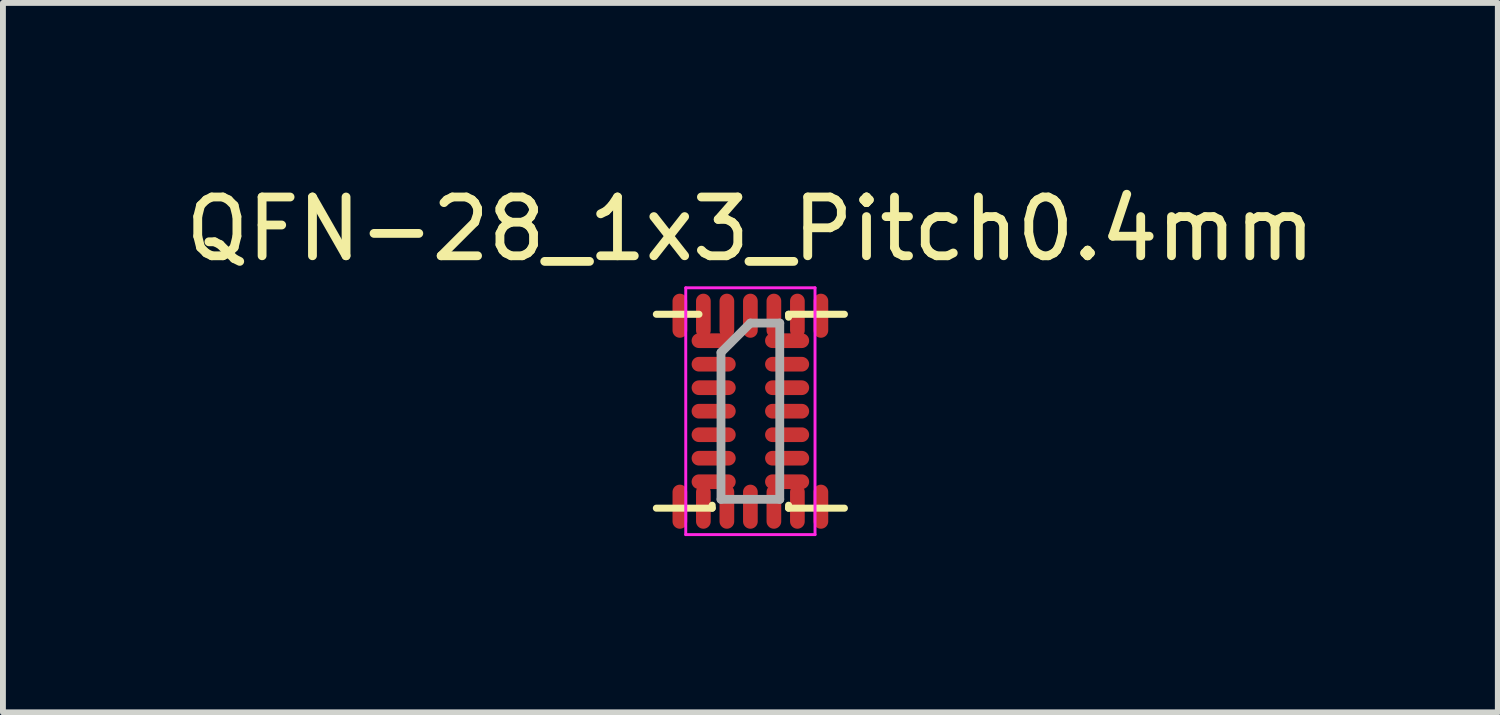
<source format=kicad_pcb>
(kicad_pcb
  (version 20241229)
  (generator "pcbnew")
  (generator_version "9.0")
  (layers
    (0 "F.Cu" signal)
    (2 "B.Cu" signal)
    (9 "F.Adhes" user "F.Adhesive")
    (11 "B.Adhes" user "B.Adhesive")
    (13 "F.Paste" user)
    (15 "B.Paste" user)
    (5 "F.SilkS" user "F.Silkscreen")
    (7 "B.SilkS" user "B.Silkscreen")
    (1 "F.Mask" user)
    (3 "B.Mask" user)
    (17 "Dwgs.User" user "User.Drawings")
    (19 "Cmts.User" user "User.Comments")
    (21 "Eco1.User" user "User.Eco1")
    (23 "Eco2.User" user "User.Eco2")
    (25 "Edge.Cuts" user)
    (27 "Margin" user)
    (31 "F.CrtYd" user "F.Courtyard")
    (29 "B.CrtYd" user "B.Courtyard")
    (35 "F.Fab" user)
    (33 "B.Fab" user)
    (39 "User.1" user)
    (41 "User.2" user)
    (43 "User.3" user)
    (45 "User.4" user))
  (footprint "QFN-28_1x3_Pitch0.4mm"
    (layer "F.Cu")
    (at 9.72 3.948)
    (property "Reference" "QFN-28_1x3_Pitch0.4mm" (at 0 -3.1 0) (layer "F.SilkS") (effects (font (size 1 1) (thickness 0.15))))
    (attr smd)
    (fp_line (start -1.6 -1.65) (end -0.875 -1.65) (stroke (width 0.12) (type solid)) (layer "F.SilkS"))
    (fp_line (start -1.6 1.65) (end -0.65 1.65) (stroke (width 0.12) (type solid)) (layer "F.SilkS"))
    (fp_line (start -0.65 1.65) (end -0.65 1.6) (stroke (width 0.12) (type solid)) (layer "F.SilkS"))
    (fp_line (start 0.65 -1.65) (end 0.65 -1.6) (stroke (width 0.12) (type solid)) (layer "F.SilkS"))
    (fp_line (start 0.65 1.65) (end 0.65 1.6) (stroke (width 0.12) (type solid)) (layer "F.SilkS"))
    (fp_line (start 1.6 -1.65) (end 0.65 -1.65) (stroke (width 0.12) (type solid)) (layer "F.SilkS"))
    (fp_line (start 1.6 1.65) (end 0.65 1.65) (stroke (width 0.12) (type solid)) (layer "F.SilkS"))
    (fp_line (start -1.1 -2.1) (end 1.1 -2.1) (stroke (width 0.05) (type solid)) (layer "F.CrtYd"))
    (fp_line (start -1.1 2.1) (end -1.1 -2.1) (stroke (width 0.05) (type solid)) (layer "F.CrtYd"))
    (fp_line (start 1.1 -2.1) (end 1.1 2.1) (stroke (width 0.05) (type solid)) (layer "F.CrtYd"))
    (fp_line (start 1.1 2.1) (end -1.1 2.1) (stroke (width 0.05) (type solid)) (layer "F.CrtYd"))
    (fp_line (start -0.5 -1) (end -0.5 1.5) (stroke (width 0.15) (type solid)) (layer "F.Fab"))
    (fp_line (start -0.5 1.5) (end 0.5 1.5) (stroke (width 0.15) (type solid)) (layer "F.Fab"))
    (fp_line (start 0 -1.5) (end -0.5 -1) (stroke (width 0.15) (type solid)) (layer "F.Fab"))
    (fp_line (start 0.5 -1.5) (end 0 -1.5) (stroke (width 0.15) (type solid)) (layer "F.Fab"))
    (fp_line (start 0.5 1.5) (end 0.5 -1.5) (stroke (width 0.15) (type solid)) (layer "F.Fab"))
    (pad "1" smd oval (at -0.625 -1.2 90) (size 0.25 0.75) (layers "F.Cu" "F.Mask" "F.Paste"))
    (pad "2" smd oval (at -0.625 -0.8 90) (size 0.25 0.75) (layers "F.Cu" "F.Mask" "F.Paste"))
    (pad "3" smd oval (at -0.625 -0.4 90) (size 0.25 0.75) (layers "F.Cu" "F.Mask" "F.Paste"))
    (pad "4" smd oval (at -0.625 0 90) (size 0.25 0.75) (layers "F.Cu" "F.Mask" "F.Paste"))
    (pad "5" smd oval (at -0.625 0.4 90) (size 0.25 0.75) (layers "F.Cu" "F.Mask" "F.Paste"))
    (pad "6" smd oval (at -0.625 0.8 90) (size 0.25 0.75) (layers "F.Cu" "F.Mask" "F.Paste"))
    (pad "7" smd oval (at -0.625 1.2 90) (size 0.25 0.75) (layers "F.Cu" "F.Mask" "F.Paste"))
    (pad "8" smd oval (at -1.2 1.625) (size 0.25 0.75) (layers "F.Cu" "F.Mask" "F.Paste"))
    (pad "9" smd oval (at -0.8 1.625) (size 0.25 0.75) (layers "F.Cu" "F.Mask" "F.Paste"))
    (pad "10" smd oval (at -0.4 1.625) (size 0.25 0.75) (layers "F.Cu" "F.Mask" "F.Paste"))
    (pad "11" smd oval (at 0 1.625) (size 0.25 0.75) (layers "F.Cu" "F.Mask" "F.Paste"))
    (pad "12" smd oval (at 0.4 1.625) (size 0.25 0.75) (layers "F.Cu" "F.Mask" "F.Paste"))
    (pad "13" smd oval (at 0.8 1.625) (size 0.25 0.75) (layers "F.Cu" "F.Mask" "F.Paste"))
    (pad "14" smd oval (at 1.2 1.625) (size 0.25 0.75) (layers "F.Cu" "F.Mask" "F.Paste"))
    (pad "15" smd oval (at 0.625 1.2 90) (size 0.25 0.75) (layers "F.Cu" "F.Mask" "F.Paste"))
    (pad "16" smd oval (at 0.625 0.8 90) (size 0.25 0.75) (layers "F.Cu" "F.Mask" "F.Paste"))
    (pad "17" smd oval (at 0.625 0.4 90) (size 0.25 0.75) (layers "F.Cu" "F.Mask" "F.Paste"))
    (pad "18" smd oval (at 0.625 0 90) (size 0.25 0.75) (layers "F.Cu" "F.Mask" "F.Paste"))
    (pad "19" smd oval (at 0.625 -0.4 90) (size 0.25 0.75) (layers "F.Cu" "F.Mask" "F.Paste"))
    (pad "20" smd oval (at 0.625 -0.8 90) (size 0.25 0.75) (layers "F.Cu" "F.Mask" "F.Paste"))
    (pad "21" smd oval (at 0.625 -1.2 90) (size 0.25 0.75) (layers "F.Cu" "F.Mask" "F.Paste"))
    (pad "22" smd oval (at 1.2 -1.625) (size 0.25 0.75) (layers "F.Cu" "F.Mask" "F.Paste"))
    (pad "23" smd oval (at 0.8 -1.625) (size 0.25 0.75) (layers "F.Cu" "F.Mask" "F.Paste"))
    (pad "24" smd oval (at 0.4 -1.625) (size 0.25 0.75) (layers "F.Cu" "F.Mask" "F.Paste"))
    (pad "25" smd oval (at 0 -1.625) (size 0.25 0.75) (layers "F.Cu" "F.Mask" "F.Paste"))
    (pad "26" smd oval (at -0.4 -1.625) (size 0.25 0.75) (layers "F.Cu" "F.Mask" "F.Paste"))
    (pad "27" smd oval (at -0.8 -1.625) (size 0.25 0.75) (layers "F.Cu" "F.Mask" "F.Paste"))
    (pad "28" smd oval (at -1.2 -1.625) (size 0.25 0.75) (layers "F.Cu" "F.Mask" "F.Paste")))
  (gr_rect
    (start -3 -3)
    (end 22.44 9.073)
    (stroke (width 0.1) (type default))
    (fill no)
    (layer "Edge.Cuts")))
</source>
